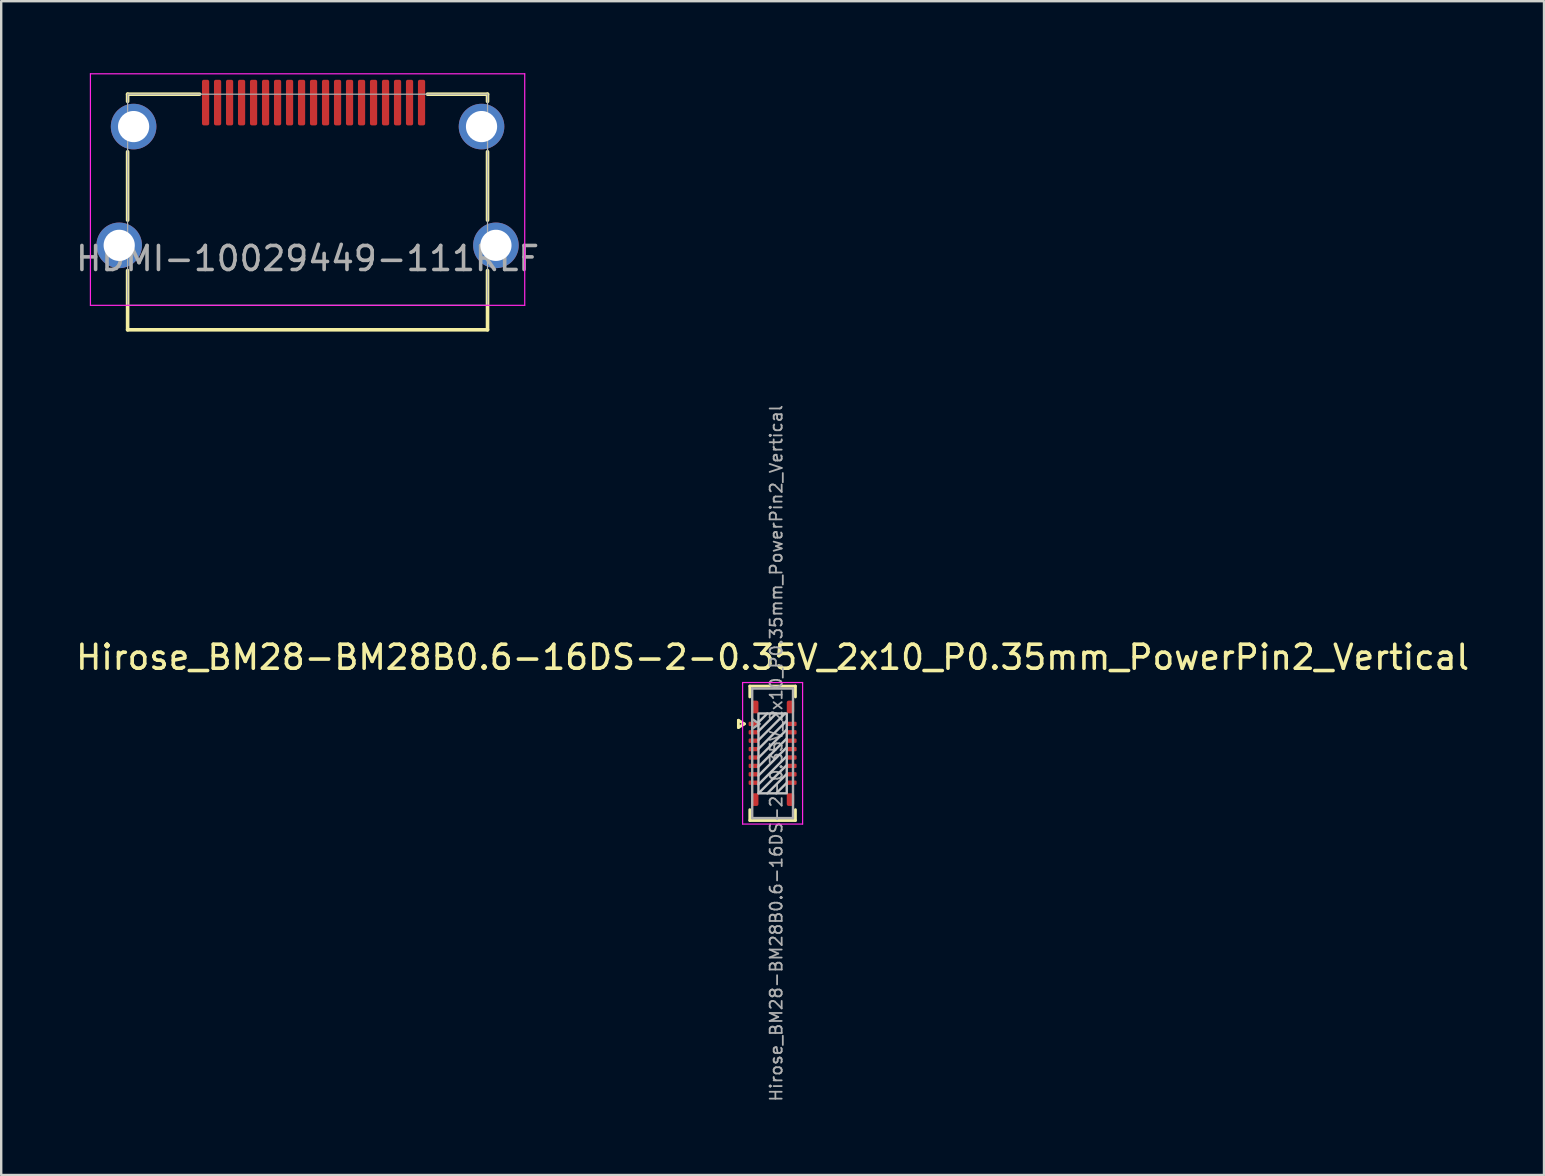
<source format=kicad_pcb>
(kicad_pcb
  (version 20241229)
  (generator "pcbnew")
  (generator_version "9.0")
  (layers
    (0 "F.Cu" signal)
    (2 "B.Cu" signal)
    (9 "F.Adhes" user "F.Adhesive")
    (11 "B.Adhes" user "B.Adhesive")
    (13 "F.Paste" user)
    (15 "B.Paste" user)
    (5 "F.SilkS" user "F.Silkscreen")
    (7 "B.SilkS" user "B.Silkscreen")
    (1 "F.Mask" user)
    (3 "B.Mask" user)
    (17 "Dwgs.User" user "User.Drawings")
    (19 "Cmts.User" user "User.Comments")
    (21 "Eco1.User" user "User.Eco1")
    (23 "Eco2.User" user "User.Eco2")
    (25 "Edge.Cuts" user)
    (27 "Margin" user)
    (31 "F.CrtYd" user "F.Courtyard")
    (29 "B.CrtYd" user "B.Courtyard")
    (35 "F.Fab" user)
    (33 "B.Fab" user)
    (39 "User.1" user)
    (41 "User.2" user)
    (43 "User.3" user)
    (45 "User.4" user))
  (footprint "Hirose_BM28-BM28B0.6-16DS-2-0.35V_2x10_P0.35mm_PowerPin2_Vertical"
    (layer "F.Cu")
    (at 29.149 28.344)
    (property "Reference" "Hirose_BM28-BM28B0.6-16DS-2-0.35V_2x10_P0.35mm_PowerPin2_Vertical" (at 0 -4 0) (layer "F.SilkS") (effects (font (size 1 1) (thickness 0.15))))
    (attr smd)
    (fp_line (start -1.425 -1.375) (end -1.175 -1.225) (stroke (width 0.12) (type solid)) (layer "F.SilkS"))
    (fp_line (start -1.425 -1.075) (end -1.425 -1.375) (stroke (width 0.12) (type solid)) (layer "F.SilkS"))
    (fp_line (start -1.175 -1.225) (end -1.425 -1.075) (stroke (width 0.12) (type solid)) (layer "F.SilkS"))
    (fp_line (start -0.95 -2.8) (end -0.95 -2.35) (stroke (width 0.12) (type solid)) (layer "F.SilkS"))
    (fp_line (start -0.95 -2.8) (end 0.95 -2.8) (stroke (width 0.12) (type solid)) (layer "F.SilkS"))
    (fp_line (start -0.95 2.8) (end -0.95 2.35) (stroke (width 0.12) (type solid)) (layer "F.SilkS"))
    (fp_line (start -0.95 2.8) (end 0.95 2.8) (stroke (width 0.12) (type solid)) (layer "F.SilkS"))
    (fp_line (start 0.95 -2.8) (end 0.95 -2.35) (stroke (width 0.12) (type solid)) (layer "F.SilkS"))
    (fp_line (start 0.95 2.8) (end 0.95 2.35) (stroke (width 0.12) (type solid)) (layer "F.SilkS"))
    (fp_line (start -0.59 -1.29) (end -0.22 -1.66) (stroke (width 0.1) (type solid)) (layer "Dwgs.User"))
    (fp_line (start -0.59 -0.92) (end 0.15 -1.66) (stroke (width 0.1) (type solid)) (layer "Dwgs.User"))
    (fp_line (start -0.59 -0.55) (end 0.52 -1.66) (stroke (width 0.1) (type solid)) (layer "Dwgs.User"))
    (fp_line (start -0.59 -0.18) (end 0.59 -1.36) (stroke (width 0.1) (type solid)) (layer "Dwgs.User"))
    (fp_line (start -0.59 0.19) (end 0.59 -0.99) (stroke (width 0.1) (type solid)) (layer "Dwgs.User"))
    (fp_line (start -0.59 0.56) (end 0.59 -0.62) (stroke (width 0.1) (type solid)) (layer "Dwgs.User"))
    (fp_line (start -0.59 0.93) (end 0.59 -0.25) (stroke (width 0.1) (type solid)) (layer "Dwgs.User"))
    (fp_line (start -0.59 1.3) (end 0.59 0.12) (stroke (width 0.1) (type solid)) (layer "Dwgs.User"))
    (fp_line (start -0.59 1.67) (end 0.59 0.49) (stroke (width 0.1) (type solid)) (layer "Dwgs.User"))
    (fp_line (start -0.22 1.67) (end 0.59 0.86) (stroke (width 0.1) (type solid)) (layer "Dwgs.User"))
    (fp_line (start 0.15 1.67) (end 0.59 1.23) (stroke (width 0.1) (type solid)) (layer "Dwgs.User"))
    (fp_rect (start -0.59 -1.66) (end 0.59 1.67) (stroke (width 0.1) (type solid)) (fill no) (layer "Dwgs.User"))
    (fp_line (start -1.25 -2.95) (end 1.25 -2.95) (stroke (width 0.05) (type solid)) (layer "F.CrtYd"))
    (fp_line (start -1.25 2.95) (end -1.25 -2.95) (stroke (width 0.05) (type solid)) (layer "F.CrtYd"))
    (fp_line (start 1.25 -2.95) (end 1.25 2.95) (stroke (width 0.05) (type solid)) (layer "F.CrtYd"))
    (fp_line (start 1.25 2.95) (end -1.25 2.95) (stroke (width 0.05) (type solid)) (layer "F.CrtYd"))
    (fp_line (start -0.85 -2.7) (end -0.85 2.7) (stroke (width 0.1) (type solid)) (layer "F.Fab"))
    (fp_line (start -0.85 -2.7) (end 0.85 -2.7) (stroke (width 0.1) (type solid)) (layer "F.Fab"))
    (fp_line (start -0.85 -1.425) (end -0.55 -1.225) (stroke (width 0.1) (type solid)) (layer "F.Fab"))
    (fp_line (start -0.85 2.7) (end 0.85 2.7) (stroke (width 0.1) (type solid)) (layer "F.Fab"))
    (fp_line (start -0.55 -1.225) (end -0.85 -1.025) (stroke (width 0.1) (type solid)) (layer "F.Fab"))
    (fp_line (start 0.85 -2.7) (end 0.85 2.7) (stroke (width 0.1) (type solid)) (layer "F.Fab"))
    (fp_text user "${REFERENCE}" (at 0.15 0 90) (layer "F.Fab") (effects (font (size 0.5 0.5) (thickness 0.075))))
    (pad "1" smd roundrect (at -0.795 -1.225 90) (size 0.18 0.41) (layers "F.Cu" "F.Mask" "F.Paste") (roundrect_rratio 0.25))
    (pad "2" smd roundrect (at 0.795 -1.225 90) (size 0.18 0.41) (layers "F.Cu" "F.Mask" "F.Paste") (roundrect_rratio 0.25))
    (pad "3" smd roundrect (at -0.795 -0.875 90) (size 0.18 0.41) (layers "F.Cu" "F.Mask" "F.Paste") (roundrect_rratio 0.25))
    (pad "4" smd roundrect (at 0.795 -0.875 90) (size 0.18 0.41) (layers "F.Cu" "F.Mask" "F.Paste") (roundrect_rratio 0.25))
    (pad "5" smd roundrect (at -0.795 -0.525 90) (size 0.18 0.41) (layers "F.Cu" "F.Mask" "F.Paste") (roundrect_rratio 0.25))
    (pad "6" smd roundrect (at 0.795 -0.525 90) (size 0.18 0.41) (layers "F.Cu" "F.Mask" "F.Paste") (roundrect_rratio 0.25))
    (pad "7" smd roundrect (at -0.795 -0.175 90) (size 0.18 0.41) (layers "F.Cu" "F.Mask" "F.Paste") (roundrect_rratio 0.25))
    (pad "8" smd roundrect (at 0.795 -0.175 90) (size 0.18 0.41) (layers "F.Cu" "F.Mask" "F.Paste") (roundrect_rratio 0.25))
    (pad "9" smd roundrect (at -0.795 0.175 90) (size 0.18 0.41) (layers "F.Cu" "F.Mask" "F.Paste") (roundrect_rratio 0.25))
    (pad "10" smd roundrect (at 0.795 0.175 90) (size 0.18 0.41) (layers "F.Cu" "F.Mask" "F.Paste") (roundrect_rratio 0.25))
    (pad "11" smd roundrect (at -0.795 0.525 90) (size 0.18 0.41) (layers "F.Cu" "F.Mask" "F.Paste") (roundrect_rratio 0.25))
    (pad "12" smd roundrect (at 0.795 0.525 90) (size 0.18 0.41) (layers "F.Cu" "F.Mask" "F.Paste") (roundrect_rratio 0.25))
    (pad "13" smd roundrect (at -0.795 0.875 90) (size 0.18 0.41) (layers "F.Cu" "F.Mask" "F.Paste") (roundrect_rratio 0.25))
    (pad "14" smd roundrect (at 0.795 0.875 90) (size 0.18 0.41) (layers "F.Cu" "F.Mask" "F.Paste") (roundrect_rratio 0.25))
    (pad "15" smd roundrect (at -0.795 1.225 90) (size 0.18 0.41) (layers "F.Cu" "F.Mask" "F.Paste") (roundrect_rratio 0.25))
    (pad "16" smd roundrect (at 0.795 1.225 90) (size 0.18 0.41) (layers "F.Cu" "F.Mask" "F.Paste") (roundrect_rratio 0.25))
    (pad "17" smd roundrect (at -0.745 -1.93 90) (size 0.53 0.31) (layers "F.Cu" "F.Mask" "F.Paste") (roundrect_rratio 0.25))
    (pad "17" smd roundrect (at 0.745 -1.93 90) (size 0.53 0.31) (layers "F.Cu" "F.Mask" "F.Paste") (roundrect_rratio 0.25))
    (pad "18" smd roundrect (at -0.745 1.93 90) (size 0.53 0.31) (layers "F.Cu" "F.Mask" "F.Paste") (roundrect_rratio 0.25))
    (pad "18" smd roundrect (at 0.745 1.93 90) (size 0.53 0.31) (layers "F.Cu" "F.Mask" "F.Paste") (roundrect_rratio 0.25)))
  (footprint "HDMI-10029449-111RLF"
    (layer "F.Cu")
    (at 9.768 2.175)
    (property "Reference" "HDMI-10029449-111RLF" (at 0 5.55 0) (layer "F.Fab") (effects (font (size 1 1) (thickness 0.15))))
    (attr through_hole)
    (fp_line (start -7.5 -1.3) (end -7.5 -1) (stroke (width 0.15) (type solid)) (layer "F.SilkS"))
    (fp_line (start -7.5 -1.3) (end -4.5 -1.3) (stroke (width 0.15) (type solid)) (layer "F.SilkS"))
    (fp_line (start -7.5 3.95) (end -7.5 1.1) (stroke (width 0.15) (type solid)) (layer "F.SilkS"))
    (fp_line (start -7.5 8.52) (end -7.5 6.05) (stroke (width 0.15) (type solid)) (layer "F.SilkS"))
    (fp_line (start -7.5 8.52) (end 7.5 8.52) (stroke (width 0.15) (type solid)) (layer "F.SilkS"))
    (fp_line (start 5 -1.3) (end 7.5 -1.3) (stroke (width 0.15) (type solid)) (layer "F.SilkS"))
    (fp_line (start 7.5 -1.3) (end 7.5 -1) (stroke (width 0.15) (type solid)) (layer "F.SilkS"))
    (fp_line (start 7.5 3.95) (end 7.5 1.1) (stroke (width 0.15) (type solid)) (layer "F.SilkS"))
    (fp_line (start 7.5 6.05) (end 7.5 8.52) (stroke (width 0.15) (type solid)) (layer "F.SilkS"))
    (fp_line (start -9.05 -2.15) (end -9.05 7.5) (stroke (width 0.05) (type solid)) (layer "F.CrtYd"))
    (fp_line (start -9.05 -2.15) (end 9.05 -2.15) (stroke (width 0.05) (type solid)) (layer "F.CrtYd"))
    (fp_line (start -9.05 7.5) (end 9.05 7.5) (stroke (width 0.05) (type solid)) (layer "F.CrtYd"))
    (fp_line (start 9.05 7.5) (end 9.05 -2.15) (stroke (width 0.05) (type solid)) (layer "F.CrtYd"))
    (fp_line (start -7.5 -1.3) (end 7.5 -1.3) (stroke (width 0.05) (type solid)) (layer "F.Fab"))
    (fp_line (start -7.5 7.5) (end -7.5 -1.3) (stroke (width 0.05) (type solid)) (layer "F.Fab"))
    (fp_line (start -7.5 7.5) (end 7.5 7.5) (stroke (width 0.05) (type solid)) (layer "F.Fab"))
    (fp_line (start 7.5 -1.3) (end 7.5 7.5) (stroke (width 0.05) (type solid)) (layer "F.Fab"))
    (pad "1" smd roundrect (at 4.75 -0.95) (size 0.3 1.9) (layers "F.Cu" "F.Mask" "F.Paste") (roundrect_rratio 0.25))
    (pad "2" smd roundrect (at 4.25 -0.95) (size 0.3 1.9) (layers "F.Cu" "F.Mask" "F.Paste") (roundrect_rratio 0.25))
    (pad "3" smd roundrect (at 3.75 -0.95) (size 0.3 1.9) (layers "F.Cu" "F.Mask" "F.Paste") (roundrect_rratio 0.25))
    (pad "4" smd roundrect (at 3.25 -0.95) (size 0.3 1.9) (layers "F.Cu" "F.Mask" "F.Paste") (roundrect_rratio 0.25))
    (pad "5" smd roundrect (at 2.75 -0.95) (size 0.3 1.9) (layers "F.Cu" "F.Mask" "F.Paste") (roundrect_rratio 0.25))
    (pad "6" smd roundrect (at 2.25 -0.95) (size 0.3 1.9) (layers "F.Cu" "F.Mask" "F.Paste") (roundrect_rratio 0.25))
    (pad "7" smd roundrect (at 1.75 -0.95) (size 0.3 1.9) (layers "F.Cu" "F.Mask" "F.Paste") (roundrect_rratio 0.25))
    (pad "8" smd roundrect (at 1.25 -0.95) (size 0.3 1.9) (layers "F.Cu" "F.Mask" "F.Paste") (roundrect_rratio 0.25))
    (pad "9" smd roundrect (at 0.75 -0.95) (size 0.3 1.9) (layers "F.Cu" "F.Mask" "F.Paste") (roundrect_rratio 0.25))
    (pad "10" smd roundrect (at 0.25 -0.95) (size 0.3 1.9) (layers "F.Cu" "F.Mask" "F.Paste") (roundrect_rratio 0.25))
    (pad "11" smd roundrect (at -0.25 -0.95) (size 0.3 1.9) (layers "F.Cu" "F.Mask" "F.Paste") (roundrect_rratio 0.25))
    (pad "12" smd roundrect (at -0.75 -0.95) (size 0.3 1.9) (layers "F.Cu" "F.Mask" "F.Paste") (roundrect_rratio 0.25))
    (pad "13" smd roundrect (at -1.25 -0.95) (size 0.3 1.9) (layers "F.Cu" "F.Mask" "F.Paste") (roundrect_rratio 0.25))
    (pad "14" smd roundrect (at -1.75 -0.95) (size 0.3 1.9) (layers "F.Cu" "F.Mask" "F.Paste") (roundrect_rratio 0.25))
    (pad "15" smd roundrect (at -2.25 -0.95) (size 0.3 1.9) (layers "F.Cu" "F.Mask" "F.Paste") (roundrect_rratio 0.25))
    (pad "16" smd roundrect (at -2.75 -0.95) (size 0.3 1.9) (layers "F.Cu" "F.Mask" "F.Paste") (roundrect_rratio 0.25))
    (pad "17" smd roundrect (at -3.25 -0.95) (size 0.3 1.9) (layers "F.Cu" "F.Mask" "F.Paste") (roundrect_rratio 0.25))
    (pad "18" smd roundrect (at -3.75 -0.95) (size 0.3 1.9) (layers "F.Cu" "F.Mask" "F.Paste") (roundrect_rratio 0.25))
    (pad "19" smd roundrect (at -4.25 -0.95) (size 0.3 1.9) (layers "F.Cu" "F.Mask" "F.Paste") (roundrect_rratio 0.25))
    (pad "20" thru_hole circle (at -7.85 5) (size 1.9 1.9) (drill 1.3) (layers "*.Cu" "*.Mask"))
    (pad "20" thru_hole circle (at -7.25 0.05) (size 1.9 1.9) (drill 1.3) (layers "*.Cu" "*.Mask"))
    (pad "20" thru_hole circle (at 7.25 0.05) (size 1.9 1.9) (drill 1.3) (layers "*.Cu" "*.Mask"))
    (pad "20" thru_hole circle (at 7.85 5) (size 1.9 1.9) (drill 1.3) (layers "*.Cu" "*.Mask")))
  (gr_rect
    (start -3 -3)
    (end 61.298 45.919)
    (stroke (width 0.1) (type default))
    (fill no)
    (layer "Edge.Cuts")))
</source>
